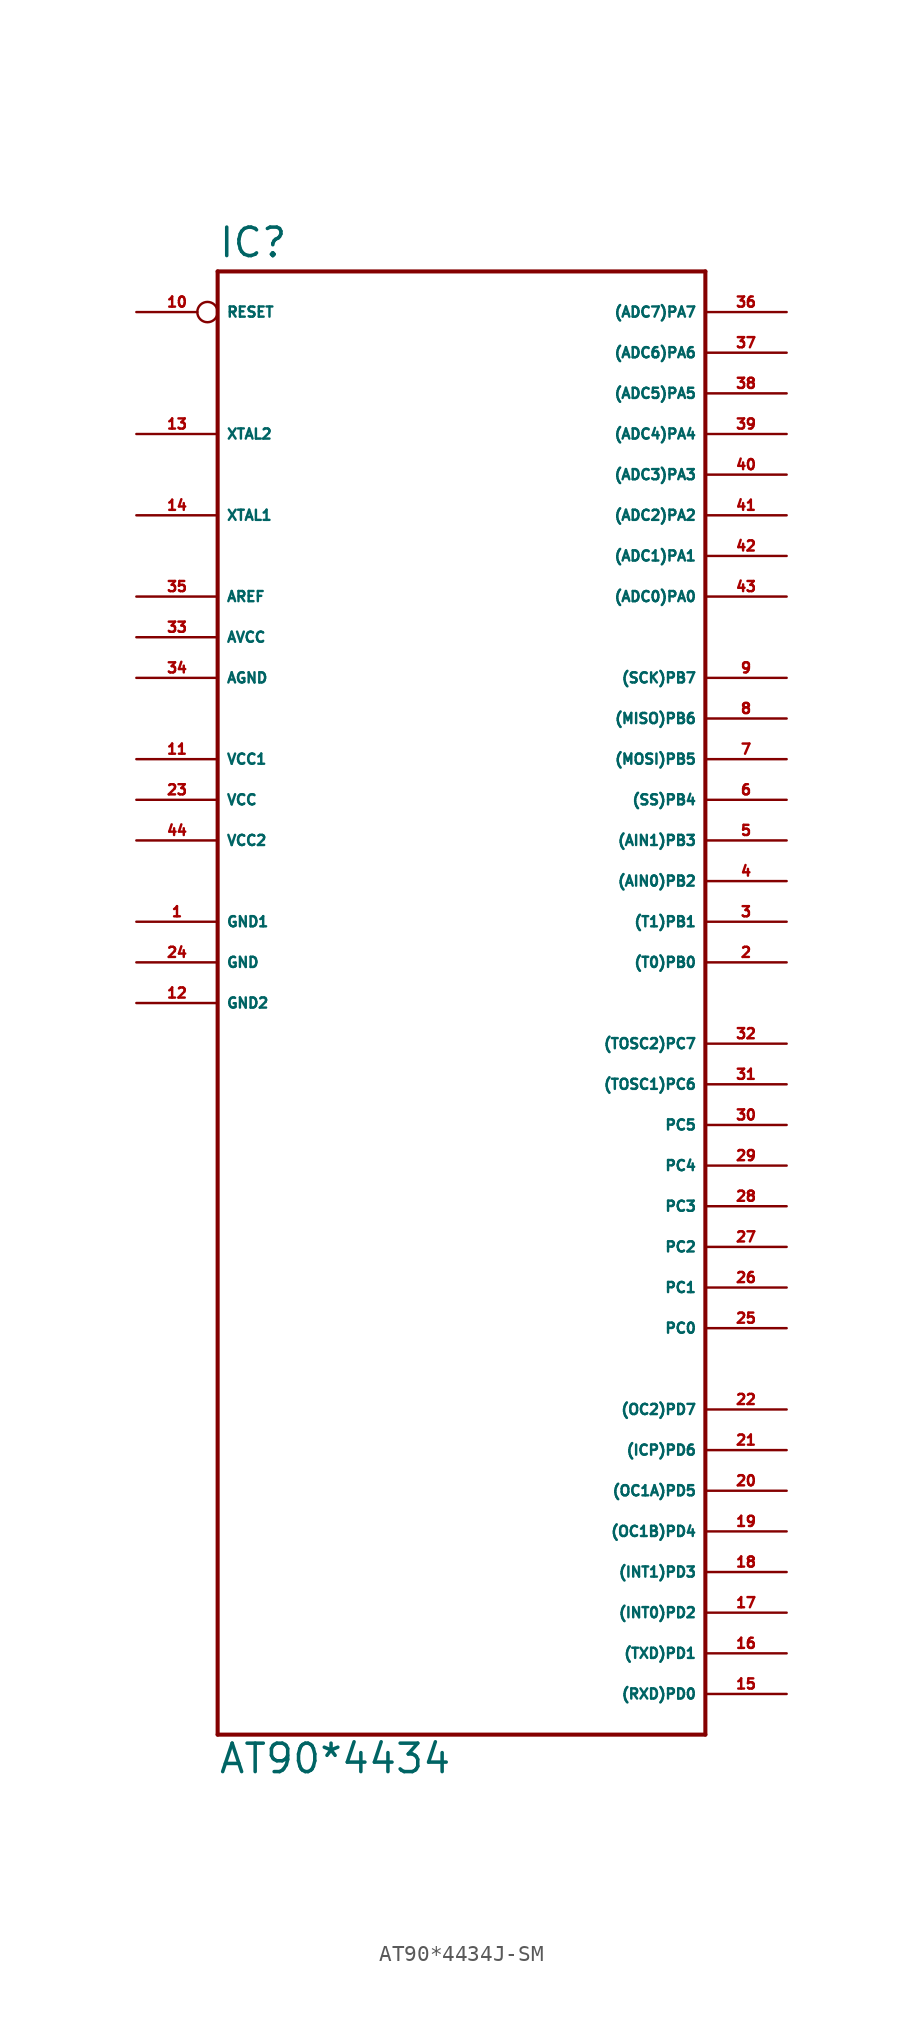
<source format=kicad_sym>
(kicad_symbol_lib
  (version 20220914)
  (generator Eagle2Kicad)
  (symbol "AT90*4434J-SM"
    (property "Reference" "IC"
      (at -15.24 43.942 0)
      (effects (font (size 1.778 1.778) (thickness 0.22)) (justify left bottom)))
    (property "Value" "AT90*4434"
      (at -15.24 -50.8 0)
      (effects (font (size 1.778 1.778) (thickness 0.22)) (justify left bottom)))
    (polyline
      (pts (xy -15.24 43.18) (xy 15.24 43.18))
      (stroke (width 0.254) (type default))
      (fill (type none)))
    (polyline
      (pts (xy 15.24 43.18) (xy 15.24 -48.26))
      (stroke (width 0.254) (type default))
      (fill (type none)))
    (polyline
      (pts (xy 15.24 -48.26) (xy -15.24 -48.26))
      (stroke (width 0.254) (type default))
      (fill (type none)))
    (polyline
      (pts (xy -15.24 -48.26) (xy -15.24 43.18))
      (stroke (width 0.254) (type default))
      (fill (type none)))
    (pin bidirectional line
      (at 20.32 40.64 180)
      (length 5.08)
      (name "(ADC7)PA7" (effects (font (size 0.635 0.635) (thickness 0.08)) (justify left bottom)))
      (number "36" (effects (font (size 0.635 0.635) (thickness 0.08)) (justify left bottom))))
    (pin bidirectional line
      (at 20.32 38.1 180)
      (length 5.08)
      (name "(ADC6)PA6" (effects (font (size 0.635 0.635) (thickness 0.08)) (justify left bottom)))
      (number "37" (effects (font (size 0.635 0.635) (thickness 0.08)) (justify left bottom))))
    (pin bidirectional line
      (at 20.32 35.56 180)
      (length 5.08)
      (name "(ADC5)PA5" (effects (font (size 0.635 0.635) (thickness 0.08)) (justify left bottom)))
      (number "38" (effects (font (size 0.635 0.635) (thickness 0.08)) (justify left bottom))))
    (pin bidirectional line
      (at 20.32 33.02 180)
      (length 5.08)
      (name "(ADC4)PA4" (effects (font (size 0.635 0.635) (thickness 0.08)) (justify left bottom)))
      (number "39" (effects (font (size 0.635 0.635) (thickness 0.08)) (justify left bottom))))
    (pin bidirectional line
      (at 20.32 30.48 180)
      (length 5.08)
      (name "(ADC3)PA3" (effects (font (size 0.635 0.635) (thickness 0.08)) (justify left bottom)))
      (number "40" (effects (font (size 0.635 0.635) (thickness 0.08)) (justify left bottom))))
    (pin bidirectional line
      (at 20.32 27.94 180)
      (length 5.08)
      (name "(ADC2)PA2" (effects (font (size 0.635 0.635) (thickness 0.08)) (justify left bottom)))
      (number "41" (effects (font (size 0.635 0.635) (thickness 0.08)) (justify left bottom))))
    (pin bidirectional line
      (at 20.32 25.4 180)
      (length 5.08)
      (name "(ADC1)PA1" (effects (font (size 0.635 0.635) (thickness 0.08)) (justify left bottom)))
      (number "42" (effects (font (size 0.635 0.635) (thickness 0.08)) (justify left bottom))))
    (pin bidirectional line
      (at 20.32 22.86 180)
      (length 5.08)
      (name "(ADC0)PA0" (effects (font (size 0.635 0.635) (thickness 0.08)) (justify left bottom)))
      (number "43" (effects (font (size 0.635 0.635) (thickness 0.08)) (justify left bottom))))
    (pin bidirectional line
      (at 20.32 17.78 180)
      (length 5.08)
      (name "(SCK)PB7" (effects (font (size 0.635 0.635) (thickness 0.08)) (justify left bottom)))
      (number "9" (effects (font (size 0.635 0.635) (thickness 0.08)) (justify left bottom))))
    (pin bidirectional line
      (at 20.32 15.24 180)
      (length 5.08)
      (name "(MISO)PB6" (effects (font (size 0.635 0.635) (thickness 0.08)) (justify left bottom)))
      (number "8" (effects (font (size 0.635 0.635) (thickness 0.08)) (justify left bottom))))
    (pin bidirectional line
      (at 20.32 12.7 180)
      (length 5.08)
      (name "(MOSI)PB5" (effects (font (size 0.635 0.635) (thickness 0.08)) (justify left bottom)))
      (number "7" (effects (font (size 0.635 0.635) (thickness 0.08)) (justify left bottom))))
    (pin bidirectional line
      (at 20.32 10.16 180)
      (length 5.08)
      (name "(SS)PB4" (effects (font (size 0.635 0.635) (thickness 0.08)) (justify left bottom)))
      (number "6" (effects (font (size 0.635 0.635) (thickness 0.08)) (justify left bottom))))
    (pin bidirectional line
      (at 20.32 7.62 180)
      (length 5.08)
      (name "(AIN1)PB3" (effects (font (size 0.635 0.635) (thickness 0.08)) (justify left bottom)))
      (number "5" (effects (font (size 0.635 0.635) (thickness 0.08)) (justify left bottom))))
    (pin bidirectional line
      (at 20.32 5.08 180)
      (length 5.08)
      (name "(AIN0)PB2" (effects (font (size 0.635 0.635) (thickness 0.08)) (justify left bottom)))
      (number "4" (effects (font (size 0.635 0.635) (thickness 0.08)) (justify left bottom))))
    (pin bidirectional line
      (at 20.32 2.54 180)
      (length 5.08)
      (name "(T1)PB1" (effects (font (size 0.635 0.635) (thickness 0.08)) (justify left bottom)))
      (number "3" (effects (font (size 0.635 0.635) (thickness 0.08)) (justify left bottom))))
    (pin bidirectional line
      (at 20.32 0 180)
      (length 5.08)
      (name "(T0)PB0" (effects (font (size 0.635 0.635) (thickness 0.08)) (justify left bottom)))
      (number "2" (effects (font (size 0.635 0.635) (thickness 0.08)) (justify left bottom))))
    (pin bidirectional line
      (at 20.32 -5.08 180)
      (length 5.08)
      (name "(TOSC2)PC7" (effects (font (size 0.635 0.635) (thickness 0.08)) (justify left bottom)))
      (number "32" (effects (font (size 0.635 0.635) (thickness 0.08)) (justify left bottom))))
    (pin bidirectional line
      (at 20.32 -7.62 180)
      (length 5.08)
      (name "(TOSC1)PC6" (effects (font (size 0.635 0.635) (thickness 0.08)) (justify left bottom)))
      (number "31" (effects (font (size 0.635 0.635) (thickness 0.08)) (justify left bottom))))
    (pin bidirectional line
      (at 20.32 -10.16 180)
      (length 5.08)
      (name "PC5" (effects (font (size 0.635 0.635) (thickness 0.08)) (justify left bottom)))
      (number "30" (effects (font (size 0.635 0.635) (thickness 0.08)) (justify left bottom))))
    (pin bidirectional line
      (at 20.32 -12.7 180)
      (length 5.08)
      (name "PC4" (effects (font (size 0.635 0.635) (thickness 0.08)) (justify left bottom)))
      (number "29" (effects (font (size 0.635 0.635) (thickness 0.08)) (justify left bottom))))
    (pin bidirectional line
      (at 20.32 -15.24 180)
      (length 5.08)
      (name "PC3" (effects (font (size 0.635 0.635) (thickness 0.08)) (justify left bottom)))
      (number "28" (effects (font (size 0.635 0.635) (thickness 0.08)) (justify left bottom))))
    (pin bidirectional line
      (at 20.32 -17.78 180)
      (length 5.08)
      (name "PC2" (effects (font (size 0.635 0.635) (thickness 0.08)) (justify left bottom)))
      (number "27" (effects (font (size 0.635 0.635) (thickness 0.08)) (justify left bottom))))
    (pin bidirectional line
      (at 20.32 -20.32 180)
      (length 5.08)
      (name "PC1" (effects (font (size 0.635 0.635) (thickness 0.08)) (justify left bottom)))
      (number "26" (effects (font (size 0.635 0.635) (thickness 0.08)) (justify left bottom))))
    (pin bidirectional line
      (at 20.32 -22.86 180)
      (length 5.08)
      (name "PC0" (effects (font (size 0.635 0.635) (thickness 0.08)) (justify left bottom)))
      (number "25" (effects (font (size 0.635 0.635) (thickness 0.08)) (justify left bottom))))
    (pin unspecified line
      (at -20.32 17.78 0)
      (length 5.08)
      (name "AGND" (effects (font (size 0.635 0.635) (thickness 0.08)) (justify left bottom)))
      (number "34" (effects (font (size 0.635 0.635) (thickness 0.08)) (justify left bottom))))
    (pin unspecified line
      (at -20.32 20.32 0)
      (length 5.08)
      (name "AVCC" (effects (font (size 0.635 0.635) (thickness 0.08)) (justify left bottom)))
      (number "33" (effects (font (size 0.635 0.635) (thickness 0.08)) (justify left bottom))))
    (pin passive line
      (at -20.32 22.86 0)
      (length 5.08)
      (name "AREF" (effects (font (size 0.635 0.635) (thickness 0.08)) (justify left bottom)))
      (number "35" (effects (font (size 0.635 0.635) (thickness 0.08)) (justify left bottom))))
    (pin bidirectional line
      (at -20.32 27.94 0)
      (length 5.08)
      (name "XTAL1" (effects (font (size 0.635 0.635) (thickness 0.08)) (justify left bottom)))
      (number "14" (effects (font (size 0.635 0.635) (thickness 0.08)) (justify left bottom))))
    (pin bidirectional line
      (at -20.32 33.02 0)
      (length 5.08)
      (name "XTAL2" (effects (font (size 0.635 0.635) (thickness 0.08)) (justify left bottom)))
      (number "13" (effects (font (size 0.635 0.635) (thickness 0.08)) (justify left bottom))))
    (pin unspecified line
      (at -20.32 2.54 0)
      (length 5.08)
      (name "GND1" (effects (font (size 0.635 0.635) (thickness 0.08)) (justify left bottom)))
      (number "1" (effects (font (size 0.635 0.635) (thickness 0.08)) (justify left bottom))))
    (pin unspecified line
      (at -20.32 -2.54 0)
      (length 5.08)
      (name "GND2" (effects (font (size 0.635 0.635) (thickness 0.08)) (justify left bottom)))
      (number "12" (effects (font (size 0.635 0.635) (thickness 0.08)) (justify left bottom))))
    (pin input inverted
      (at -20.32 40.64 0)
      (length 5.08)
      (name "RESET" (effects (font (size 0.635 0.635) (thickness 0.08)) (justify left bottom)))
      (number "10" (effects (font (size 0.635 0.635) (thickness 0.08)) (justify left bottom))))
    (pin bidirectional line
      (at 20.32 -45.72 180)
      (length 5.08)
      (name "(RXD)PD0" (effects (font (size 0.635 0.635) (thickness 0.08)) (justify left bottom)))
      (number "15" (effects (font (size 0.635 0.635) (thickness 0.08)) (justify left bottom))))
    (pin bidirectional line
      (at 20.32 -43.18 180)
      (length 5.08)
      (name "(TXD)PD1" (effects (font (size 0.635 0.635) (thickness 0.08)) (justify left bottom)))
      (number "16" (effects (font (size 0.635 0.635) (thickness 0.08)) (justify left bottom))))
    (pin bidirectional line
      (at 20.32 -40.64 180)
      (length 5.08)
      (name "(INT0)PD2" (effects (font (size 0.635 0.635) (thickness 0.08)) (justify left bottom)))
      (number "17" (effects (font (size 0.635 0.635) (thickness 0.08)) (justify left bottom))))
    (pin bidirectional line
      (at 20.32 -38.1 180)
      (length 5.08)
      (name "(INT1)PD3" (effects (font (size 0.635 0.635) (thickness 0.08)) (justify left bottom)))
      (number "18" (effects (font (size 0.635 0.635) (thickness 0.08)) (justify left bottom))))
    (pin bidirectional line
      (at 20.32 -35.56 180)
      (length 5.08)
      (name "(OC1B)PD4" (effects (font (size 0.635 0.635) (thickness 0.08)) (justify left bottom)))
      (number "19" (effects (font (size 0.635 0.635) (thickness 0.08)) (justify left bottom))))
    (pin bidirectional line
      (at 20.32 -33.02 180)
      (length 5.08)
      (name "(OC1A)PD5" (effects (font (size 0.635 0.635) (thickness 0.08)) (justify left bottom)))
      (number "20" (effects (font (size 0.635 0.635) (thickness 0.08)) (justify left bottom))))
    (pin bidirectional line
      (at 20.32 -30.48 180)
      (length 5.08)
      (name "(ICP)PD6" (effects (font (size 0.635 0.635) (thickness 0.08)) (justify left bottom)))
      (number "21" (effects (font (size 0.635 0.635) (thickness 0.08)) (justify left bottom))))
    (pin bidirectional line
      (at 20.32 -27.94 180)
      (length 5.08)
      (name "(OC2)PD7" (effects (font (size 0.635 0.635) (thickness 0.08)) (justify left bottom)))
      (number "22" (effects (font (size 0.635 0.635) (thickness 0.08)) (justify left bottom))))
    (pin unspecified line
      (at -20.32 12.7 0)
      (length 5.08)
      (name "VCC1" (effects (font (size 0.635 0.635) (thickness 0.08)) (justify left bottom)))
      (number "11" (effects (font (size 0.635 0.635) (thickness 0.08)) (justify left bottom))))
    (pin unspecified line
      (at -20.32 10.16 0)
      (length 5.08)
      (name "VCC" (effects (font (size 0.635 0.635) (thickness 0.08)) (justify left bottom)))
      (number "23" (effects (font (size 0.635 0.635) (thickness 0.08)) (justify left bottom))))
    (pin unspecified line
      (at -20.32 7.62 0)
      (length 5.08)
      (name "VCC2" (effects (font (size 0.635 0.635) (thickness 0.08)) (justify left bottom)))
      (number "44" (effects (font (size 0.635 0.635) (thickness 0.08)) (justify left bottom))))
    (pin unspecified line
      (at -20.32 0 0)
      (length 5.08)
      (name "GND" (effects (font (size 0.635 0.635) (thickness 0.08)) (justify left bottom)))
      (number "24" (effects (font (size 0.635 0.635) (thickness 0.08)) (justify left bottom))))))
</source>
